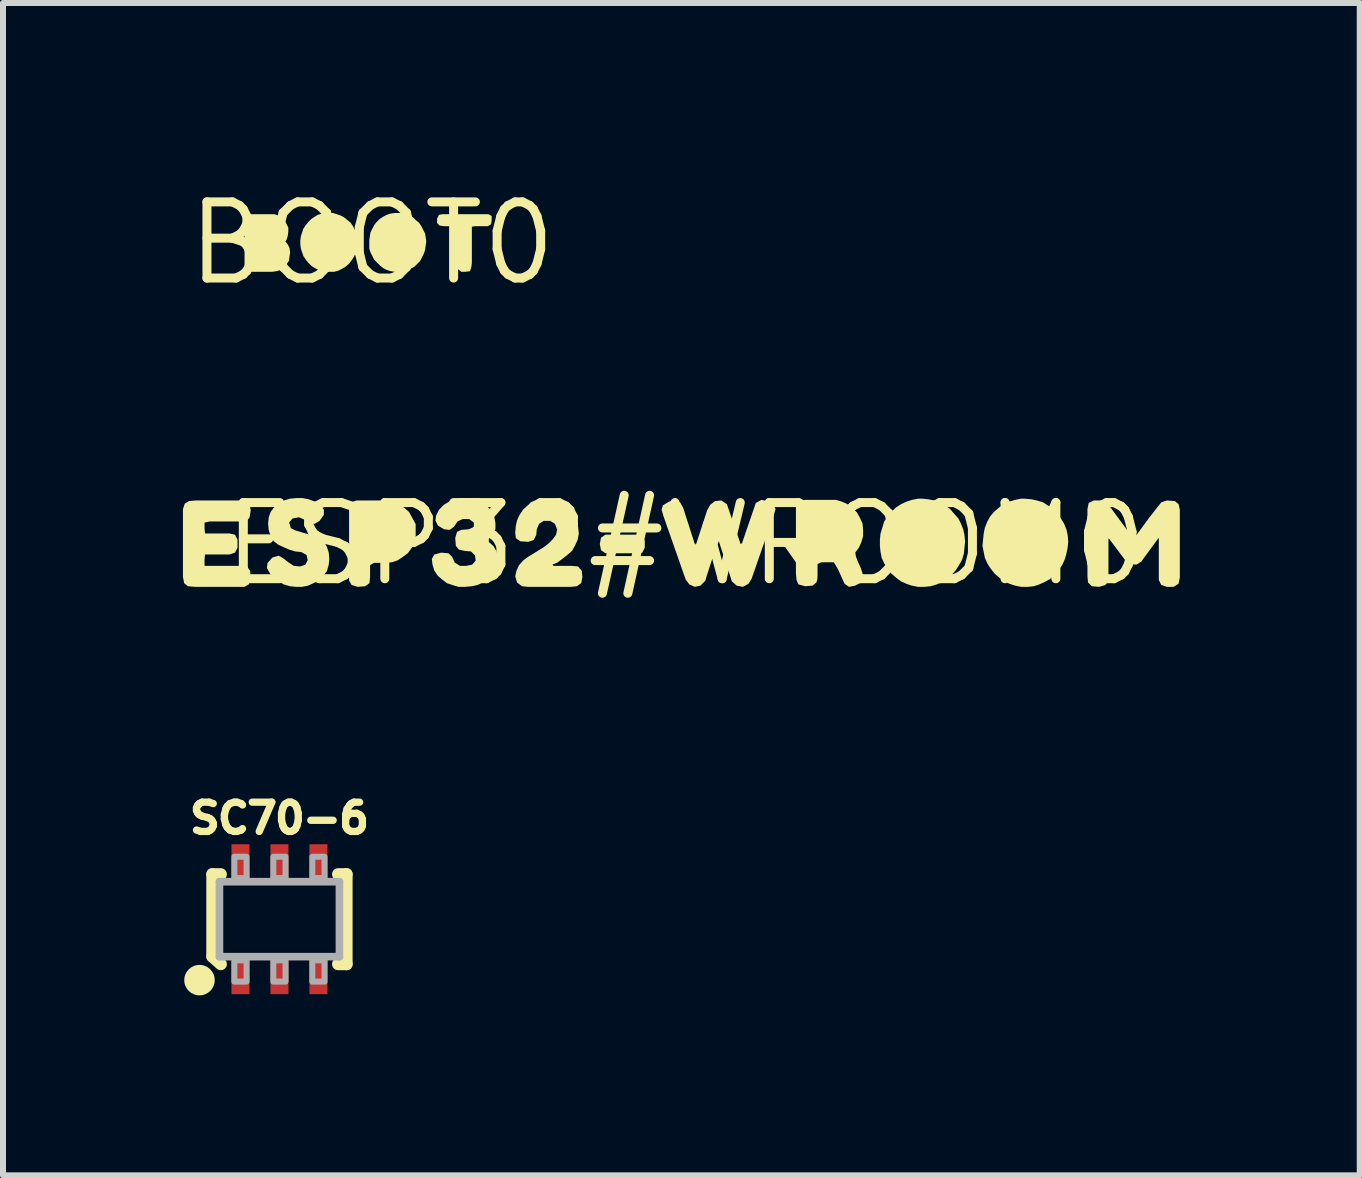
<source format=kicad_pcb>
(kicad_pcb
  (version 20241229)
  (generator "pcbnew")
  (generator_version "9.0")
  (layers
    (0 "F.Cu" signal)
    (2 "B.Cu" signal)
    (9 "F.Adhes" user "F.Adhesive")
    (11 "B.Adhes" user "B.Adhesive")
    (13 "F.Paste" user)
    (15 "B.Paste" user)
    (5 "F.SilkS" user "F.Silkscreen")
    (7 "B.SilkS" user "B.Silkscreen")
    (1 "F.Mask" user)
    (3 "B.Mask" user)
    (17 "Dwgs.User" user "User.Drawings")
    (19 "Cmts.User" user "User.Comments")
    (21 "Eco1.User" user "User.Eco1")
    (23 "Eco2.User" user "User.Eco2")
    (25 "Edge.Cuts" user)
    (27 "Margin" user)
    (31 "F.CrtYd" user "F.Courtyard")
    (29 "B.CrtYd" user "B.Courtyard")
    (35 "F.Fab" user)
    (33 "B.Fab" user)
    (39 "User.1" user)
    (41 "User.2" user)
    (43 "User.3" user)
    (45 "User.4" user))
  (footprint "ESP32#WROOM0"
    (layer "F.Cu")
    (at 8.385 6.019)
    (property "Reference" "ESP32#WROOM0" (at 0 0 0) (layer "F.SilkS") (effects (font (size 1.27 1.27) (thickness 0.15))))
    (fp_poly (pts (xy -0.716 -0.134) (xy -0.685 -0.051) (xy -0.685 0.061) (xy -0.727 0.145) (xy -0.83 0.155) (xy -1.342 0.155) (xy -1.415 0.103) (xy -1.435 0) (xy -1.415 -0.103) (xy -1.342 -0.155) (xy -0.83 -0.155)) (stroke (width 0) (type default)) (fill yes) (layer "F.SilkS"))
    (fp_poly (pts (xy -4.878 -0.705) (xy -4.788 -0.664) (xy -4.697 -0.604) (xy -4.616 -0.533) (xy -4.566 -0.442) (xy -4.516 -0.352) (xy -4.505 -0.331) (xy -4.505 -0.12) (xy -4.525 -0.018) (xy -4.576 0.073) (xy -4.636 0.154) (xy -4.717 0.214) (xy -4.804 0.272) (xy -4.803 0.273) (xy -4.808 0.275) (xy -4.812 0.277) (xy -4.813 0.276) (xy -4.899 0.305) (xy -5 0.315) (xy -5.199 0.315) (xy -5.265 0.353) (xy -5.265 0.55) (xy -5.275 0.653) (xy -5.348 0.705) (xy -5.471 0.715) (xy -5.573 0.684) (xy -5.615 0.611) (xy -5.615 -0.611) (xy -5.584 -0.694) (xy -5.491 -0.725) (xy -4.969 -0.725)) (stroke (width 0) (type default)) (fill yes) (layer "F.SilkS"))
    (fp_poly (pts (xy -7.359 -0.715) (xy -7.276 -0.673) (xy -7.255 -0.56) (xy -7.275 -0.438) (xy -7.328 -0.385) (xy -7.43 -0.375) (xy -7.939 -0.375) (xy -8.025 -0.356) (xy -8.025 -0.26) (xy -8.016 -0.175) (xy -7.609 -0.175) (xy -7.517 -0.154) (xy -7.475 -0.071) (xy -7.475 0.061) (xy -7.516 0.144) (xy -7.609 0.175) (xy -8.016 0.175) (xy -8.025 0.26) (xy -8.025 0.365) (xy -7.42 0.365) (xy -7.317 0.375) (xy -7.265 0.448) (xy -7.255 0.571) (xy -7.286 0.673) (xy -7.359 0.715) (xy -8.18 0.715) (xy -8.302 0.705) (xy -8.365 0.653) (xy -8.385 0.55) (xy -8.385 -0.581) (xy -8.354 -0.673) (xy -8.282 -0.715) (xy -8.17 -0.725) (xy -7.46 -0.725)) (stroke (width 0) (type default)) (fill yes) (layer "F.SilkS"))
    (fp_poly (pts (xy 8.152 -0.715) (xy 8.215 -0.663) (xy 8.235 -0.571) (xy 8.235 0.56) (xy 8.214 0.663) (xy 8.131 0.715) (xy 8.019 0.715) (xy 7.926 0.684) (xy 7.885 0.601) (xy 7.885 -0.105) (xy 7.644 0.223) (xy 7.593 0.294) (xy 7.511 0.345) (xy 7.398 0.335) (xy 7.326 0.273) (xy 7.057 -0.086) (xy 7.045 -0.092) (xy 7.045 0.612) (xy 6.993 0.684) (xy 6.891 0.715) (xy 6.768 0.705) (xy 6.705 0.642) (xy 6.695 0.54) (xy 6.695 -0.58) (xy 6.716 -0.683) (xy 6.799 -0.725) (xy 6.921 -0.725) (xy 7.013 -0.684) (xy 7.084 -0.603) (xy 7.442 -0.116) (xy 7.517 -0.154) (xy 7.736 -0.453) (xy 7.846 -0.593) (xy 7.927 -0.694) (xy 8.019 -0.725)) (stroke (width 0) (type default)) (fill yes) (layer "F.SilkS"))
    (fp_poly (pts (xy -0.096 -0.694) (xy -0.045 -0.602) (xy 0.144 -0.013) (xy 0.168 0.011) (xy 0.355 -0.562) (xy 0.406 -0.653) (xy 0.488 -0.715) (xy 0.591 -0.725) (xy 0.684 -0.663) (xy 0.715 -0.572) (xy 0.913 0.002) (xy 0.936 -0.013) (xy 1.166 -0.683) (xy 1.259 -0.735) (xy 1.362 -0.715) (xy 1.464 -0.653) (xy 1.495 -0.58) (xy 1.465 -0.478) (xy 1.095 0.582) (xy 1.044 0.664) (xy 0.951 0.715) (xy 0.848 0.695) (xy 0.766 0.623) (xy 0.735 0.522) (xy 0.549 -0.046) (xy 0.485 0.112) (xy 0.435 0.262) (xy 0.345 0.541) (xy 0.324 0.613) (xy 0.243 0.695) (xy 0.149 0.715) (xy 0.057 0.674) (xy -0.004 0.592) (xy -0.375 -0.468) (xy -0.405 -0.57) (xy -0.384 -0.643) (xy -0.282 -0.705) (xy -0.18 -0.735)) (stroke (width 0) (type default)) (fill yes) (layer "F.SilkS"))
    (fp_poly (pts (xy 2.602 -0.705) (xy 2.693 -0.664) (xy 2.779 -0.597) (xy 2.78 -0.597) (xy 2.783 -0.594) (xy 2.787 -0.591) (xy 2.787 -0.59) (xy 2.854 -0.523) (xy 2.904 -0.432) (xy 2.945 -0.341) (xy 2.955 -0.24) (xy 2.955 -0.129) (xy 2.925 -0.028) (xy 2.884 0.063) (xy 2.825 0.141) (xy 2.835 0.209) (xy 2.865 0.288) (xy 2.915 0.398) (xy 2.935 0.458) (xy 2.965 0.56) (xy 2.934 0.634) (xy 2.822 0.695) (xy 2.719 0.715) (xy 2.646 0.663) (xy 2.536 0.422) (xy 2.467 0.305) (xy 2.261 0.305) (xy 2.195 0.333) (xy 2.195 0.54) (xy 2.175 0.643) (xy 2.112 0.695) (xy 1.99 0.705) (xy 1.876 0.674) (xy 1.845 0.601) (xy 1.835 0.49) (xy 1.835 -0.631) (xy 1.877 -0.714) (xy 1.99 -0.735) (xy 2.501 -0.735)) (stroke (width 0) (type default)) (fill yes) (layer "F.SilkS"))
    (fp_poly (pts (xy 4.041 -0.745) (xy 4.141 -0.725) (xy 4.232 -0.695) (xy 4.323 -0.644) (xy 4.403 -0.584) (xy 4.474 -0.503) (xy 4.544 -0.423) (xy 4.585 -0.342) (xy 4.625 -0.241) (xy 4.645 -0.151) (xy 4.655 -0.04) (xy 4.645 0.06) (xy 4.635 0.161) (xy 4.605 0.262) (xy 4.554 0.353) (xy 4.504 0.433) (xy 4.434 0.514) (xy 4.353 0.584) (xy 4.272 0.634) (xy 4.182 0.675) (xy 4.081 0.705) (xy 3.98 0.715) (xy 3.87 0.715) (xy 3.769 0.695) (xy 3.678 0.665) (xy 3.587 0.624) (xy 3.507 0.564) (xy 3.426 0.493) (xy 3.366 0.403) (xy 3.309 0.327) (xy 3.308 0.327) (xy 3.306 0.323) (xy 3.303 0.319) (xy 3.304 0.318) (xy 3.265 0.232) (xy 3.245 0.131) (xy 3.235 0.03) (xy 3.235 -0.07) (xy 3.245 -0.171) (xy 3.275 -0.271) (xy 3.305 -0.372) (xy 3.366 -0.463) (xy 3.426 -0.533) (xy 3.497 -0.604) (xy 3.588 -0.664) (xy 3.678 -0.705) (xy 3.769 -0.735) (xy 3.87 -0.755) (xy 3.94 -0.755)) (stroke (width 0) (type default)) (fill yes) (layer "F.SilkS"))
    (fp_poly (pts (xy 5.761 -0.745) (xy 5.851 -0.725) (xy 5.952 -0.695) (xy 6.033 -0.644) (xy 6.123 -0.584) (xy 6.194 -0.503) (xy 6.254 -0.423) (xy 6.304 -0.342) (xy 6.345 -0.241) (xy 6.365 -0.151) (xy 6.375 -0.04) (xy 6.365 0.061) (xy 6.345 0.161) (xy 6.315 0.262) (xy 6.274 0.353) (xy 6.214 0.433) (xy 6.144 0.513) (xy 6.073 0.584) (xy 5.982 0.634) (xy 5.892 0.675) (xy 5.801 0.705) (xy 5.7 0.715) (xy 5.59 0.715) (xy 5.489 0.695) (xy 5.398 0.665) (xy 5.307 0.624) (xy 5.227 0.564) (xy 5.146 0.493) (xy 5.076 0.403) (xy 5.028 0.327) (xy 5.028 0.327) (xy 5.026 0.322) (xy 5.023 0.318) (xy 5.024 0.318) (xy 4.985 0.232) (xy 4.965 0.131) (xy 4.945 0.03) (xy 4.955 -0.07) (xy 4.965 -0.171) (xy 4.985 -0.271) (xy 5.025 -0.372) (xy 5.076 -0.463) (xy 5.136 -0.534) (xy 5.217 -0.604) (xy 5.297 -0.664) (xy 5.388 -0.705) (xy 5.489 -0.735) (xy 5.59 -0.755) (xy 5.65 -0.755)) (stroke (width 0) (type default)) (fill yes) (layer "F.SilkS"))
    (fp_poly (pts (xy -2.148 -0.725) (xy -2.057 -0.684) (xy -1.977 -0.624) (xy -1.906 -0.553) (xy -1.845 -0.462) (xy -1.815 -0.371) (xy -1.795 -0.271) (xy -1.785 -0.17) (xy -1.805 -0.068) (xy -1.846 0.022) (xy -1.896 0.113) (xy -1.977 0.184) (xy -2.067 0.254) (xy -2.148 0.314) (xy -2.222 0.342) (xy -2.207 0.365) (xy -1.91 0.365) (xy -1.798 0.375) (xy -1.735 0.448) (xy -1.725 0.55) (xy -1.745 0.653) (xy -1.818 0.705) (xy -1.92 0.715) (xy -2.63 0.715) (xy -2.732 0.705) (xy -2.814 0.643) (xy -2.845 0.54) (xy -2.825 0.448) (xy -2.784 0.357) (xy -2.713 0.276) (xy -2.633 0.216) (xy -2.373 0.056) (xy -2.293 -0.004) (xy -2.224 -0.073) (xy -2.165 -0.152) (xy -2.145 -0.24) (xy -2.184 -0.337) (xy -2.261 -0.385) (xy -2.369 -0.385) (xy -2.446 -0.337) (xy -2.485 -0.249) (xy -2.495 -0.149) (xy -2.536 -0.066) (xy -2.629 -0.035) (xy -2.762 -0.045) (xy -2.835 -0.097) (xy -2.845 -0.19) (xy -2.835 -0.301) (xy -2.815 -0.392) (xy -2.774 -0.482) (xy -2.714 -0.573) (xy -2.633 -0.644) (xy -2.552 -0.695) (xy -2.461 -0.725) (xy -2.36 -0.745) (xy -2.25 -0.745)) (stroke (width 0) (type default)) (fill yes) (layer "F.SilkS"))
    (fp_poly (pts (xy -6.289 -0.745) (xy -6.178 -0.704) (xy -6.107 -0.654) (xy -6.035 -0.572) (xy -6.035 -0.488) (xy -6.106 -0.386) (xy -6.189 -0.335) (xy -6.272 -0.345) (xy -6.362 -0.406) (xy -6.451 -0.445) (xy -6.557 -0.425) (xy -6.614 -0.359) (xy -6.586 -0.264) (xy -6.508 -0.225) (xy -6.309 -0.165) (xy -6.208 -0.135) (xy -6.118 -0.104) (xy -6.036 -0.043) (xy -5.985 0.048) (xy -5.955 0.139) (xy -5.945 0.25) (xy -5.955 0.351) (xy -5.985 0.452) (xy -6.046 0.533) (xy -6.117 0.604) (xy -6.208 0.654) (xy -6.298 0.695) (xy -6.4 0.715) (xy -6.5 0.715) (xy -6.601 0.705) (xy -6.702 0.675) (xy -6.793 0.624) (xy -6.873 0.554) (xy -6.934 0.493) (xy -6.985 0.401) (xy -6.975 0.318) (xy -6.893 0.226) (xy -6.789 0.195) (xy -6.717 0.236) (xy -6.627 0.306) (xy -6.538 0.365) (xy -6.431 0.375) (xy -6.344 0.346) (xy -6.305 0.269) (xy -6.324 0.183) (xy -6.412 0.135) (xy -6.511 0.125) (xy -6.612 0.095) (xy -6.702 0.055) (xy -6.793 0.014) (xy -6.874 -0.047) (xy -6.925 -0.138) (xy -6.955 -0.229) (xy -6.965 -0.34) (xy -6.955 -0.441) (xy -6.924 -0.532) (xy -6.864 -0.613) (xy -6.793 -0.684) (xy -6.702 -0.725) (xy -6.601 -0.755) (xy -6.49 -0.765) (xy -6.39 -0.765)) (stroke (width 0) (type default)) (fill yes) (layer "F.SilkS"))
    (fp_poly (pts (xy -3.306 -0.623) (xy -3.236 -0.543) (xy -3.195 -0.452) (xy -3.175 -0.35) (xy -3.175 -0.249) (xy -3.216 -0.157) (xy -3.285 -0.088) (xy -3.285 -0.032) (xy -3.206 0.037) (xy -3.155 0.128) (xy -3.135 0.23) (xy -3.145 0.331) (xy -3.175 0.432) (xy -3.226 0.513) (xy -3.307 0.584) (xy -3.387 0.644) (xy -3.478 0.685) (xy -3.569 0.705) (xy -3.68 0.715) (xy -3.791 0.715) (xy -3.892 0.685) (xy -3.982 0.654) (xy -4.063 0.594) (xy -4.134 0.533) (xy -4.195 0.442) (xy -4.225 0.341) (xy -4.235 0.249) (xy -4.193 0.176) (xy -4.08 0.145) (xy -3.958 0.155) (xy -3.896 0.217) (xy -3.856 0.307) (xy -3.768 0.365) (xy -3.66 0.365) (xy -3.563 0.345) (xy -3.505 0.278) (xy -3.515 0.192) (xy -3.582 0.125) (xy -3.691 0.115) (xy -3.783 0.095) (xy -3.835 0.032) (xy -3.845 -0.101) (xy -3.814 -0.204) (xy -3.741 -0.235) (xy -3.621 -0.245) (xy -3.535 -0.283) (xy -3.535 -0.357) (xy -3.612 -0.415) (xy -3.719 -0.415) (xy -3.807 -0.376) (xy -3.866 -0.286) (xy -3.939 -0.235) (xy -4.032 -0.245) (xy -4.134 -0.306) (xy -4.175 -0.389) (xy -4.165 -0.471) (xy -4.114 -0.573) (xy -4.033 -0.654) (xy -3.952 -0.704) (xy -3.851 -0.745) (xy -3.761 -0.765) (xy -3.448 -0.765)) (stroke (width 0) (type default)) (fill yes) (layer "F.SilkS")))
  (footprint "SC70-6"
    (layer "F.Cu")
    (at 1.609 12.275)
    (property "Reference" "SC70-6" (at 0 -1.397 0) (layer "F.SilkS") (effects (font (size 0.488 0.488) (thickness 0.122)) (justify bottom)))
    (fp_line (start -1.118 -0.749) (end -1.118 0.622) (stroke (width 0.203) (type solid)) (layer "F.SilkS"))
    (fp_line (start -1.118 0.622) (end -0.978 0.749) (stroke (width 0.203) (type solid)) (layer "F.SilkS"))
    (fp_line (start -0.978 -0.749) (end -1.118 -0.749) (stroke (width 0.203) (type solid)) (layer "F.SilkS"))
    (fp_line (start 0.978 0.749) (end 1.118 0.749) (stroke (width 0.203) (type solid)) (layer "F.SilkS"))
    (fp_line (start 1.118 -0.749) (end 0.978 -0.749) (stroke (width 0.203) (type solid)) (layer "F.SilkS"))
    (fp_line (start 1.118 0.749) (end 1.118 -0.749) (stroke (width 0.203) (type solid)) (layer "F.SilkS"))
    (fp_circle (center -1.333 1.016) (end -1.206 1.016) (stroke (width 0.254) (type solid)) (fill yes) (layer "F.SilkS"))
    (fp_line (start -1 -0.625) (end -1 0.625) (stroke (width 0.127) (type solid)) (layer "F.Fab"))
    (fp_line (start -1 0.625) (end 1 0.625) (stroke (width 0.127) (type solid)) (layer "F.Fab"))
    (fp_line (start 1 -0.625) (end -1 -0.625) (stroke (width 0.127) (type solid)) (layer "F.Fab"))
    (fp_line (start 1 0.625) (end 1 -0.625) (stroke (width 0.127) (type solid)) (layer "F.Fab"))
    (fp_poly (pts (xy -0.752 -0.686) (xy -0.548 -0.686) (xy -0.548 -1.041) (xy -0.752 -1.041)) (stroke (width 0.1) (type default)) (fill no) (layer "F.Fab"))
    (fp_poly (pts (xy -0.752 1.041) (xy -0.548 1.041) (xy -0.548 0.686) (xy -0.752 0.686)) (stroke (width 0.1) (type default)) (fill no) (layer "F.Fab"))
    (fp_poly (pts (xy -0.102 -0.686) (xy 0.102 -0.686) (xy 0.102 -1.041) (xy -0.102 -1.041)) (stroke (width 0.1) (type default)) (fill no) (layer "F.Fab"))
    (fp_poly (pts (xy -0.102 1.041) (xy 0.102 1.041) (xy 0.102 0.686) (xy -0.102 0.686)) (stroke (width 0.1) (type default)) (fill no) (layer "F.Fab"))
    (fp_poly (pts (xy 0.548 -0.686) (xy 0.752 -0.686) (xy 0.752 -1.041) (xy 0.548 -1.041)) (stroke (width 0.1) (type default)) (fill no) (layer "F.Fab"))
    (fp_poly (pts (xy 0.548 1.041) (xy 0.752 1.041) (xy 0.752 0.686) (xy 0.548 0.686)) (stroke (width 0.1) (type default)) (fill no) (layer "F.Fab"))
    (pad "1" smd rect (at -0.65 0.92 180) (size 0.3 0.66) (layers "F.Cu" "F.Mask" "F.Paste"))
    (pad "2" smd rect (at 0 0.92 180) (size 0.3 0.66) (layers "F.Cu" "F.Mask" "F.Paste"))
    (pad "3" smd rect (at 0.65 0.92 180) (size 0.3 0.66) (layers "F.Cu" "F.Mask" "F.Paste"))
    (pad "4" smd rect (at 0.65 -0.92) (size 0.3 0.66) (layers "F.Cu" "F.Mask" "F.Paste"))
    (pad "5" smd rect (at 0 -0.92) (size 0.3 0.66) (layers "F.Cu" "F.Mask" "F.Paste"))
    (pad "6" smd rect (at -0.65 -0.92) (size 0.3 0.66) (layers "F.Cu" "F.Mask" "F.Paste")))
  (footprint "BOOT0"
    (layer "F.Cu")
    (at 3.152 1.006)
    (property "Reference" "BOOT0" (at 0 0 0) (layer "F.SilkS") (effects (font (size 1.27 1.27) (thickness 0.15))))
    (fp_poly (pts (xy 1.995 -0.453) (xy 1.995 -0.38) (xy 1.985 -0.317) (xy 1.931 -0.285) (xy 1.72 -0.285) (xy 1.665 -0.276) (xy 1.665 0.33) (xy 1.655 0.401) (xy 1.634 0.465) (xy 1.56 0.475) (xy 1.488 0.475) (xy 1.435 0.433) (xy 1.425 0.37) (xy 1.425 -0.249) (xy 1.407 -0.285) (xy 1.2 -0.285) (xy 1.128 -0.295) (xy 1.085 -0.338) (xy 1.085 -0.411) (xy 1.117 -0.475) (xy 1.18 -0.485) (xy 1.941 -0.485)) (stroke (width 0) (type default)) (fill yes) (layer "F.SilkS"))
    (fp_poly (pts (xy -1.568 -0.465) (xy -1.507 -0.434) (xy -1.456 -0.383) (xy -1.395 -0.261) (xy -1.395 -0.19) (xy -1.405 -0.119) (xy -1.425 -0.058) (xy -1.444 -0.03) (xy -1.406 0.017) (xy -1.375 0.078) (xy -1.365 0.15) (xy -1.375 0.221) (xy -1.385 0.292) (xy -1.426 0.353) (xy -1.467 0.404) (xy -1.528 0.445) (xy -1.589 0.465) (xy -1.66 0.475) (xy -2 0.475) (xy -2.082 0.465) (xy -2.125 0.432) (xy -2.125 -0.39) (xy -2.115 -0.453) (xy -2.061 -0.485) (xy -1.629 -0.485)) (stroke (width 0) (type default)) (fill yes) (layer "F.SilkS"))
    (fp_poly (pts (xy 0.561 -0.485) (xy 0.622 -0.465) (xy 0.683 -0.434) (xy 0.733 -0.384) (xy 0.784 -0.343) (xy 0.824 -0.283) (xy 0.885 -0.162) (xy 0.895 -0.101) (xy 0.905 -0.03) (xy 0.895 0.041) (xy 0.885 0.111) (xy 0.865 0.172) (xy 0.804 0.293) (xy 0.754 0.344) (xy 0.703 0.394) (xy 0.582 0.455) (xy 0.521 0.475) (xy 0.38 0.475) (xy 0.309 0.465) (xy 0.248 0.445) (xy 0.187 0.414) (xy 0.137 0.374) (xy 0.086 0.324) (xy 0.036 0.273) (xy 0.008 0.217) (xy 0.008 0.217) (xy -0.025 0.152) (xy -0.045 0.091) (xy -0.045 -0.05) (xy -0.035 -0.121) (xy -0.025 -0.182) (xy 0.036 -0.303) (xy 0.076 -0.353) (xy 0.127 -0.404) (xy 0.187 -0.444) (xy 0.248 -0.475) (xy 0.309 -0.495) (xy 0.38 -0.505) (xy 0.491 -0.505)) (stroke (width 0) (type default)) (fill yes) (layer "F.SilkS"))
    (fp_poly (pts (xy -0.588 -0.485) (xy -0.528 -0.465) (xy -0.467 -0.434) (xy -0.407 -0.384) (xy -0.356 -0.343) (xy -0.316 -0.283) (xy -0.285 -0.222) (xy -0.265 -0.162) (xy -0.245 -0.101) (xy -0.245 0.04) (xy -0.255 0.111) (xy -0.275 0.172) (xy -0.306 0.233) (xy -0.346 0.293) (xy -0.386 0.344) (xy -0.447 0.394) (xy -0.498 0.424) (xy -0.558 0.455) (xy -0.629 0.475) (xy -0.76 0.475) (xy -0.831 0.465) (xy -0.892 0.445) (xy -0.953 0.414) (xy -1.013 0.374) (xy -1.064 0.323) (xy -1.104 0.273) (xy -1.141 0.217) (xy -1.143 0.218) (xy -1.145 0.212) (xy -1.147 0.208) (xy -1.146 0.208) (xy -1.165 0.152) (xy -1.185 0.091) (xy -1.195 0.02) (xy -1.195 -0.05) (xy -1.185 -0.121) (xy -1.165 -0.182) (xy -1.145 -0.242) (xy -1.104 -0.303) (xy -1.064 -0.353) (xy -1.013 -0.404) (xy -0.953 -0.444) (xy -0.902 -0.475) (xy -0.831 -0.495) (xy -0.77 -0.505) (xy -0.649 -0.505)) (stroke (width 0) (type default)) (fill yes) (layer "F.SilkS")))
  (gr_rect
    (start -3 -3)
    (end 19.62 16.545)
    (stroke (width 0.1) (type default))
    (fill no)
    (layer "Edge.Cuts")))
</source>
